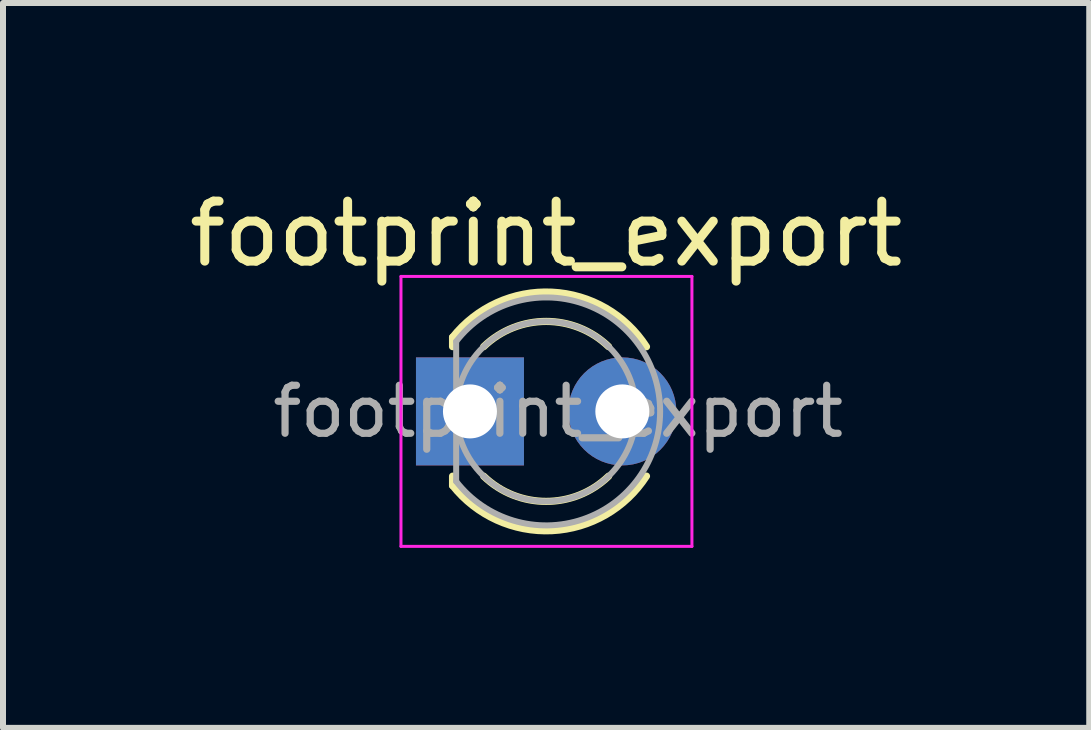
<source format=kicad_pcb>
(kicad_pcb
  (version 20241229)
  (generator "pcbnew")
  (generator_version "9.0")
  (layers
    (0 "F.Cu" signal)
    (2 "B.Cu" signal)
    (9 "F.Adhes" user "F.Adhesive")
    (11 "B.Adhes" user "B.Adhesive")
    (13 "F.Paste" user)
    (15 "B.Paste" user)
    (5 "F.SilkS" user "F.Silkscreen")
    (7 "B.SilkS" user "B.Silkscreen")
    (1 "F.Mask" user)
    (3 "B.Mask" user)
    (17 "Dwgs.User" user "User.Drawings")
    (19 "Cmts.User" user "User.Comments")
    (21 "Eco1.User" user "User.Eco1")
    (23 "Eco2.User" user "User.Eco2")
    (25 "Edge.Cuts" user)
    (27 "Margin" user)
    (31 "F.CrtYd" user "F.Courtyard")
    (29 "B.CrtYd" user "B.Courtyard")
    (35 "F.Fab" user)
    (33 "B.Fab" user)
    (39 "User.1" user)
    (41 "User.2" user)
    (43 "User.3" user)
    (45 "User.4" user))
  (footprint "footprint_export"
    (layer "F.Cu")
    (at 4.784 3.808)
    (property "Reference" "footprint_export" (at 1.27 -2.96 0) (layer "F.SilkS") (effects (font (size 1 1) (thickness 0.15))))
    (attr through_hole)
    (fp_line (start -0.29 -1.236) (end -0.29 -1.08) (stroke (width 0.12) (type solid)) (layer "F.SilkS"))
    (fp_line (start -0.29 1.08) (end -0.29 1.236) (stroke (width 0.12) (type solid)) (layer "F.SilkS"))
    (fp_arc (start -0.29 -1.235516) (mid 1.366487 -1.987659) (end 2.942335 -1.078608) (stroke (width 0.12) (type solid)) (layer "F.SilkS"))
    (fp_arc (start 0.229039 -1.08) (mid 1.270117 -1.5) (end 2.31113 -1.079837) (stroke (width 0.12) (type solid)) (layer "F.SilkS"))
    (fp_arc (start 2.31113 1.079837) (mid 1.270117 1.5) (end 0.229039 1.08) (stroke (width 0.12) (type solid)) (layer "F.SilkS"))
    (fp_arc (start 2.942335 1.078608) (mid 1.366487 1.987659) (end -0.29 1.235516) (stroke (width 0.12) (type solid)) (layer "F.SilkS"))
    (fp_line (start -1.15 -2.25) (end -1.15 2.25) (stroke (width 0.05) (type solid)) (layer "F.CrtYd"))
    (fp_line (start -1.15 2.25) (end 3.7 2.25) (stroke (width 0.05) (type solid)) (layer "F.CrtYd"))
    (fp_line (start 3.7 -2.25) (end -1.15 -2.25) (stroke (width 0.05) (type solid)) (layer "F.CrtYd"))
    (fp_line (start 3.7 2.25) (end 3.7 -2.25) (stroke (width 0.05) (type solid)) (layer "F.CrtYd"))
    (fp_line (start -0.23 -1.166) (end -0.23 1.166) (stroke (width 0.1) (type solid)) (layer "F.Fab"))
    (fp_arc (start -0.23 -1.16619) (mid 3.17 0.000452) (end -0.230555 1.165476) (stroke (width 0.1) (type solid)) (layer "F.Fab"))
    (fp_circle (center 1.27 0) (end 2.77 0) (stroke (width 0.1) (type solid)) (fill no) (layer "F.Fab"))
    (fp_text user "${REFERENCE}" (at 1.47 0 0) (layer "F.Fab") (effects (font (size 0.8 0.8) (thickness 0.12))))
    (pad "1" thru_hole rect (at 0 0) (size 1.8 1.8) (drill 0.9) (layers "*.Cu" "*.Mask"))
    (pad "2" thru_hole circle (at 2.54 0) (size 1.8 1.8) (drill 0.9) (layers "*.Cu" "*.Mask")))
  (gr_rect
    (start -3 -3)
    (end 15.107 9.083)
    (stroke (width 0.1) (type default))
    (fill no)
    (layer "Edge.Cuts")))
</source>
